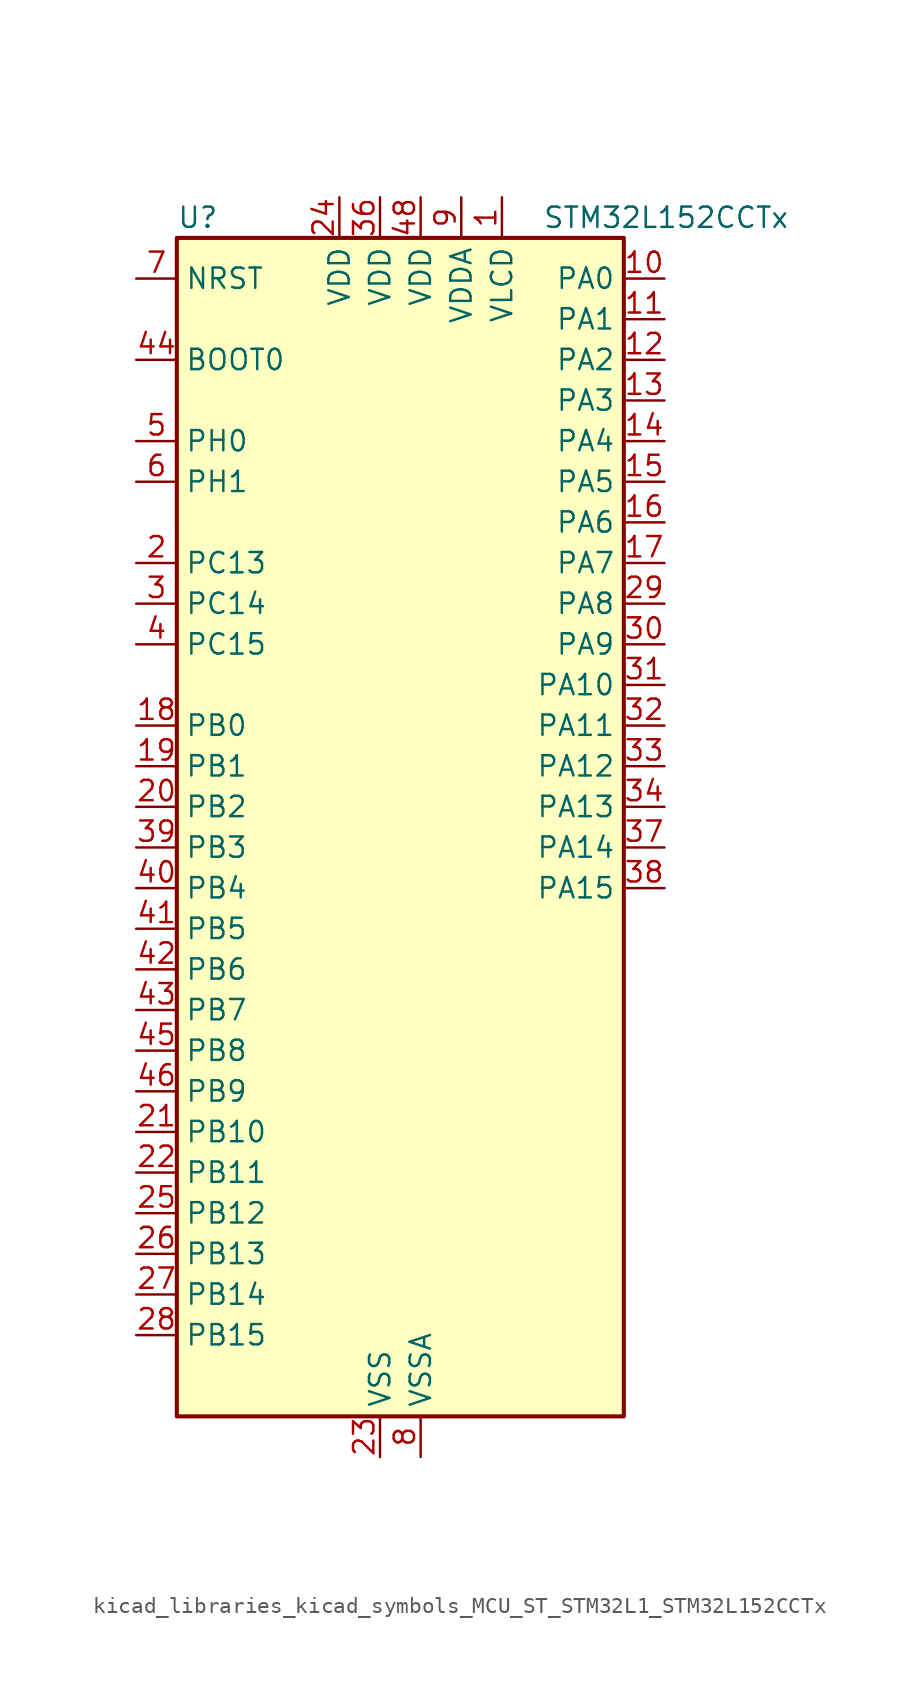
<source format=kicad_sym>
(kicad_symbol_lib
  (version 20220914)
  (generator kicad_symbol_editor)
  (symbol "kicad_libraries_kicad_symbols_MCU_ST_STM32L1_STM32L152CCTx"
    (property "Reference" "U"
      (at -12.7 39.37 0)
      (effects (font (size 1.27 1.27)) (justify left)))
    (property "Value" "STM32L152CCTx"
      (at 10.16 39.37 0)
      (effects (font (size 1.27 1.27)) (justify left)))
    (property "ki_locked" ""
      (at 0 0 0)
      (effects (font (size 1.27 1.27))))
    (symbol "kicad_libraries_kicad_symbols_MCU_ST_STM32L1_STM32L152CCTx_0_1"
      (rectangle (start -12.7 -35.56) (end 15.24 38.1) (stroke (width 0.254) (type default)) (fill (type background))))
    (symbol "kicad_libraries_kicad_symbols_MCU_ST_STM32L1_STM32L152CCTx_1_1"
      (pin power_in line (at 7.62 40.64 270) (length 2.54) (name "VLCD" (effects (font (size 1.27 1.27)))) (number "1" (effects (font (size 1.27 1.27)))))
      (pin bidirectional line (at 17.78 35.56 180) (length 2.54) (name "PA0" (effects (font (size 1.27 1.27)))) (number "10" (effects (font (size 1.27 1.27)))) (alternate "ADC_IN0" bidirectional line) (alternate "COMP1_INP" bidirectional line) (alternate "RTC_TAMP2" bidirectional line) (alternate "SYS_WKUP1" bidirectional line) (alternate "TIM2_CH1" bidirectional line) (alternate "TIM2_ETR" bidirectional line) (alternate "TIM5_CH1" bidirectional line) (alternate "TIMX_IC1" bidirectional line) (alternate "TS_G1_IO1" bidirectional line) (alternate "USART2_CTS" bidirectional line))
      (pin bidirectional line (at 17.78 33.02 180) (length 2.54) (name "PA1" (effects (font (size 1.27 1.27)))) (number "11" (effects (font (size 1.27 1.27)))) (alternate "ADC_IN1" bidirectional line) (alternate "COMP1_INP" bidirectional line) (alternate "LCD_SEG0" bidirectional line) (alternate "OPAMP1_VINP" bidirectional line) (alternate "TIM2_CH2" bidirectional line) (alternate "TIM5_CH2" bidirectional line) (alternate "TIMX_IC2" bidirectional line) (alternate "TS_G1_IO2" bidirectional line) (alternate "USART2_RTS" bidirectional line))
      (pin bidirectional line (at 17.78 30.48 180) (length 2.54) (name "PA2" (effects (font (size 1.27 1.27)))) (number "12" (effects (font (size 1.27 1.27)))) (alternate "ADC_IN2" bidirectional line) (alternate "COMP1_INP" bidirectional line) (alternate "LCD_SEG1" bidirectional line) (alternate "OPAMP1_VINM" bidirectional line) (alternate "TIM2_CH3" bidirectional line) (alternate "TIM5_CH3" bidirectional line) (alternate "TIM9_CH1" bidirectional line) (alternate "TIMX_IC3" bidirectional line) (alternate "TS_G1_IO3" bidirectional line) (alternate "USART2_TX" bidirectional line))
      (pin bidirectional line (at 17.78 27.94 180) (length 2.54) (name "PA3" (effects (font (size 1.27 1.27)))) (number "13" (effects (font (size 1.27 1.27)))) (alternate "ADC_IN3" bidirectional line) (alternate "COMP1_INP" bidirectional line) (alternate "LCD_SEG2" bidirectional line) (alternate "OPAMP1_VOUT" bidirectional line) (alternate "TIM2_CH4" bidirectional line) (alternate "TIM5_CH4" bidirectional line) (alternate "TIM9_CH2" bidirectional line) (alternate "TIMX_IC4" bidirectional line) (alternate "TS_G1_IO4" bidirectional line) (alternate "USART2_RX" bidirectional line))
      (pin bidirectional line (at 17.78 25.4 180) (length 2.54) (name "PA4" (effects (font (size 1.27 1.27)))) (number "14" (effects (font (size 1.27 1.27)))) (alternate "ADC_IN4" bidirectional line) (alternate "COMP1_INP" bidirectional line) (alternate "DAC_OUT1" bidirectional line) (alternate "I2S3_WS" bidirectional line) (alternate "SPI1_NSS" bidirectional line) (alternate "SPI3_NSS" bidirectional line) (alternate "TIMX_IC1" bidirectional line) (alternate "USART2_CK" bidirectional line))
      (pin bidirectional line (at 17.78 22.86 180) (length 2.54) (name "PA5" (effects (font (size 1.27 1.27)))) (number "15" (effects (font (size 1.27 1.27)))) (alternate "ADC_IN5" bidirectional line) (alternate "COMP1_INP" bidirectional line) (alternate "DAC_OUT2" bidirectional line) (alternate "SPI1_SCK" bidirectional line) (alternate "TIM2_CH1" bidirectional line) (alternate "TIM2_ETR" bidirectional line) (alternate "TIMX_IC2" bidirectional line))
      (pin bidirectional line (at 17.78 20.32 180) (length 2.54) (name "PA6" (effects (font (size 1.27 1.27)))) (number "16" (effects (font (size 1.27 1.27)))) (alternate "ADC_IN6" bidirectional line) (alternate "COMP1_INP" bidirectional line) (alternate "LCD_SEG3" bidirectional line) (alternate "OPAMP2_VINP" bidirectional line) (alternate "SPI1_MISO" bidirectional line) (alternate "TIM10_CH1" bidirectional line) (alternate "TIM3_CH1" bidirectional line) (alternate "TIMX_IC3" bidirectional line) (alternate "TS_G2_IO1" bidirectional line))
      (pin bidirectional line (at 17.78 17.78 180) (length 2.54) (name "PA7" (effects (font (size 1.27 1.27)))) (number "17" (effects (font (size 1.27 1.27)))) (alternate "ADC_IN7" bidirectional line) (alternate "COMP1_INP" bidirectional line) (alternate "LCD_SEG4" bidirectional line) (alternate "OPAMP2_VINM" bidirectional line) (alternate "SPI1_MOSI" bidirectional line) (alternate "TIM11_CH1" bidirectional line) (alternate "TIM3_CH2" bidirectional line) (alternate "TIMX_IC4" bidirectional line) (alternate "TS_G2_IO2" bidirectional line))
      (pin bidirectional line (at -15.24 7.62 0) (length 2.54) (name "PB0" (effects (font (size 1.27 1.27)))) (number "18" (effects (font (size 1.27 1.27)))) (alternate "ADC_IN8" bidirectional line) (alternate "COMP1_INP" bidirectional line) (alternate "LCD_SEG5" bidirectional line) (alternate "OPAMP2_VOUT" bidirectional line) (alternate "SYS_V_REF_OUT" bidirectional line) (alternate "TIM3_CH3" bidirectional line) (alternate "TS_G3_IO1" bidirectional line))
      (pin bidirectional line (at -15.24 5.08 0) (length 2.54) (name "PB1" (effects (font (size 1.27 1.27)))) (number "19" (effects (font (size 1.27 1.27)))) (alternate "ADC_IN9" bidirectional line) (alternate "COMP1_INP" bidirectional line) (alternate "LCD_SEG6" bidirectional line) (alternate "SYS_V_REF_OUT" bidirectional line) (alternate "TIM3_CH4" bidirectional line) (alternate "TS_G3_IO2" bidirectional line))
      (pin bidirectional line (at -15.24 17.78 0) (length 2.54) (name "PC13" (effects (font (size 1.27 1.27)))) (number "2" (effects (font (size 1.27 1.27)))) (alternate "RTC_OUT_ALARM" bidirectional line) (alternate "RTC_OUT_CALIB" bidirectional line) (alternate "RTC_TAMP1" bidirectional line) (alternate "RTC_TS" bidirectional line) (alternate "SYS_WKUP2" bidirectional line) (alternate "TIMX_IC2" bidirectional line))
      (pin bidirectional line (at -15.24 2.54 0) (length 2.54) (name "PB2" (effects (font (size 1.27 1.27)))) (number "20" (effects (font (size 1.27 1.27)))) (alternate "TS_G3_IO3" bidirectional line))
      (pin bidirectional line (at -15.24 -17.78 0) (length 2.54) (name "PB10" (effects (font (size 1.27 1.27)))) (number "21" (effects (font (size 1.27 1.27)))) (alternate "I2C2_SCL" bidirectional line) (alternate "LCD_SEG10" bidirectional line) (alternate "TIM2_CH3" bidirectional line) (alternate "USART3_TX" bidirectional line))
      (pin bidirectional line (at -15.24 -20.32 0) (length 2.54) (name "PB11" (effects (font (size 1.27 1.27)))) (number "22" (effects (font (size 1.27 1.27)))) (alternate "ADC_EXTI11" bidirectional line) (alternate "I2C2_SDA" bidirectional line) (alternate "LCD_SEG11" bidirectional line) (alternate "TIM2_CH4" bidirectional line) (alternate "USART3_RX" bidirectional line))
      (pin power_in line (at 0 -38.1 90) (length 2.54) (name "VSS" (effects (font (size 1.27 1.27)))) (number "23" (effects (font (size 1.27 1.27)))))
      (pin power_in line (at -2.54 40.64 270) (length 2.54) (name "VDD" (effects (font (size 1.27 1.27)))) (number "24" (effects (font (size 1.27 1.27)))))
      (pin bidirectional line (at -15.24 -22.86 0) (length 2.54) (name "PB12" (effects (font (size 1.27 1.27)))) (number "25" (effects (font (size 1.27 1.27)))) (alternate "ADC_IN18" bidirectional line) (alternate "COMP1_INP" bidirectional line) (alternate "I2C2_SMBA" bidirectional line) (alternate "I2S2_WS" bidirectional line) (alternate "LCD_SEG12" bidirectional line) (alternate "SPI2_NSS" bidirectional line) (alternate "TIM10_CH1" bidirectional line) (alternate "TS_G7_IO1" bidirectional line) (alternate "USART3_CK" bidirectional line))
      (pin bidirectional line (at -15.24 -25.4 0) (length 2.54) (name "PB13" (effects (font (size 1.27 1.27)))) (number "26" (effects (font (size 1.27 1.27)))) (alternate "ADC_IN19" bidirectional line) (alternate "COMP1_INP" bidirectional line) (alternate "I2S2_CK" bidirectional line) (alternate "LCD_SEG13" bidirectional line) (alternate "SPI2_SCK" bidirectional line) (alternate "TIM9_CH1" bidirectional line) (alternate "TS_G7_IO2" bidirectional line) (alternate "USART3_CTS" bidirectional line))
      (pin bidirectional line (at -15.24 -27.94 0) (length 2.54) (name "PB14" (effects (font (size 1.27 1.27)))) (number "27" (effects (font (size 1.27 1.27)))) (alternate "ADC_IN20" bidirectional line) (alternate "COMP1_INP" bidirectional line) (alternate "LCD_SEG14" bidirectional line) (alternate "SPI2_MISO" bidirectional line) (alternate "TIM9_CH2" bidirectional line) (alternate "TS_G7_IO3" bidirectional line) (alternate "USART3_RTS" bidirectional line))
      (pin bidirectional line (at -15.24 -30.48 0) (length 2.54) (name "PB15" (effects (font (size 1.27 1.27)))) (number "28" (effects (font (size 1.27 1.27)))) (alternate "ADC_EXTI15" bidirectional line) (alternate "ADC_IN21" bidirectional line) (alternate "COMP1_INP" bidirectional line) (alternate "I2S2_SD" bidirectional line) (alternate "LCD_SEG15" bidirectional line) (alternate "RTC_REFIN" bidirectional line) (alternate "SPI2_MOSI" bidirectional line) (alternate "TIM11_CH1" bidirectional line) (alternate "TS_G7_IO4" bidirectional line))
      (pin bidirectional line (at 17.78 15.24 180) (length 2.54) (name "PA8" (effects (font (size 1.27 1.27)))) (number "29" (effects (font (size 1.27 1.27)))) (alternate "LCD_COM0" bidirectional line) (alternate "RCC_MCO" bidirectional line) (alternate "TIMX_IC1" bidirectional line) (alternate "TS_G4_IO1" bidirectional line) (alternate "USART1_CK" bidirectional line))
      (pin bidirectional line (at -15.24 15.24 0) (length 2.54) (name "PC14" (effects (font (size 1.27 1.27)))) (number "3" (effects (font (size 1.27 1.27)))) (alternate "RCC_OSC32_IN" bidirectional line) (alternate "TIMX_IC3" bidirectional line))
      (pin bidirectional line (at 17.78 12.7 180) (length 2.54) (name "PA9" (effects (font (size 1.27 1.27)))) (number "30" (effects (font (size 1.27 1.27)))) (alternate "DAC_EXTI9" bidirectional line) (alternate "LCD_COM1" bidirectional line) (alternate "TIMX_IC2" bidirectional line) (alternate "TS_G4_IO2" bidirectional line) (alternate "USART1_TX" bidirectional line))
      (pin bidirectional line (at 17.78 10.16 180) (length 2.54) (name "PA10" (effects (font (size 1.27 1.27)))) (number "31" (effects (font (size 1.27 1.27)))) (alternate "LCD_COM2" bidirectional line) (alternate "TIMX_IC3" bidirectional line) (alternate "TS_G4_IO3" bidirectional line) (alternate "USART1_RX" bidirectional line))
      (pin bidirectional line (at 17.78 7.62 180) (length 2.54) (name "PA11" (effects (font (size 1.27 1.27)))) (number "32" (effects (font (size 1.27 1.27)))) (alternate "ADC_EXTI11" bidirectional line) (alternate "SPI1_MISO" bidirectional line) (alternate "TIMX_IC4" bidirectional line) (alternate "USART1_CTS" bidirectional line) (alternate "USB_DM" bidirectional line))
      (pin bidirectional line (at 17.78 5.08 180) (length 2.54) (name "PA12" (effects (font (size 1.27 1.27)))) (number "33" (effects (font (size 1.27 1.27)))) (alternate "SPI1_MOSI" bidirectional line) (alternate "TIMX_IC1" bidirectional line) (alternate "USART1_RTS" bidirectional line) (alternate "USB_DP" bidirectional line))
      (pin bidirectional line (at 17.78 2.54 180) (length 2.54) (name "PA13" (effects (font (size 1.27 1.27)))) (number "34" (effects (font (size 1.27 1.27)))) (alternate "SYS_JTMS-SWDIO" bidirectional line) (alternate "TIMX_IC2" bidirectional line) (alternate "TS_G5_IO1" bidirectional line))
      (pin passive line (at 0 -38.1 90) (length 2.54) hide (name "VSS" (effects (font (size 1.27 1.27)))) (number "35" (effects (font (size 1.27 1.27)))))
      (pin power_in line (at 0 40.64 270) (length 2.54) (name "VDD" (effects (font (size 1.27 1.27)))) (number "36" (effects (font (size 1.27 1.27)))))
      (pin bidirectional line (at 17.78 0 180) (length 2.54) (name "PA14" (effects (font (size 1.27 1.27)))) (number "37" (effects (font (size 1.27 1.27)))) (alternate "SYS_JTCK-SWCLK" bidirectional line) (alternate "TIMX_IC3" bidirectional line) (alternate "TS_G5_IO2" bidirectional line))
      (pin bidirectional line (at 17.78 -2.54 180) (length 2.54) (name "PA15" (effects (font (size 1.27 1.27)))) (number "38" (effects (font (size 1.27 1.27)))) (alternate "ADC_EXTI15" bidirectional line) (alternate "I2S3_WS" bidirectional line) (alternate "LCD_SEG17" bidirectional line) (alternate "SPI1_NSS" bidirectional line) (alternate "SPI3_NSS" bidirectional line) (alternate "SYS_JTDI" bidirectional line) (alternate "TIM2_CH1" bidirectional line) (alternate "TIM2_ETR" bidirectional line) (alternate "TIMX_IC4" bidirectional line) (alternate "TS_G5_IO3" bidirectional line))
      (pin bidirectional line (at -15.24 0 0) (length 2.54) (name "PB3" (effects (font (size 1.27 1.27)))) (number "39" (effects (font (size 1.27 1.27)))) (alternate "COMP2_INM" bidirectional line) (alternate "I2S3_CK" bidirectional line) (alternate "LCD_SEG7" bidirectional line) (alternate "SPI1_SCK" bidirectional line) (alternate "SPI3_SCK" bidirectional line) (alternate "SYS_JTDO-TRACESWO" bidirectional line) (alternate "TIM2_CH2" bidirectional line))
      (pin bidirectional line (at -15.24 12.7 0) (length 2.54) (name "PC15" (effects (font (size 1.27 1.27)))) (number "4" (effects (font (size 1.27 1.27)))) (alternate "ADC_EXTI15" bidirectional line) (alternate "RCC_OSC32_OUT" bidirectional line) (alternate "TIMX_IC4" bidirectional line))
      (pin bidirectional line (at -15.24 -2.54 0) (length 2.54) (name "PB4" (effects (font (size 1.27 1.27)))) (number "40" (effects (font (size 1.27 1.27)))) (alternate "COMP2_INP" bidirectional line) (alternate "LCD_SEG8" bidirectional line) (alternate "SPI1_MISO" bidirectional line) (alternate "SPI3_MISO" bidirectional line) (alternate "SYS_JTRST" bidirectional line) (alternate "TIM3_CH1" bidirectional line) (alternate "TS_G6_IO1" bidirectional line))
      (pin bidirectional line (at -15.24 -5.08 0) (length 2.54) (name "PB5" (effects (font (size 1.27 1.27)))) (number "41" (effects (font (size 1.27 1.27)))) (alternate "COMP2_INP" bidirectional line) (alternate "I2C1_SMBA" bidirectional line) (alternate "I2S3_SD" bidirectional line) (alternate "LCD_SEG9" bidirectional line) (alternate "SPI1_MOSI" bidirectional line) (alternate "SPI3_MOSI" bidirectional line) (alternate "TIM3_CH2" bidirectional line) (alternate "TS_G6_IO2" bidirectional line))
      (pin bidirectional line (at -15.24 -7.62 0) (length 2.54) (name "PB6" (effects (font (size 1.27 1.27)))) (number "42" (effects (font (size 1.27 1.27)))) (alternate "COMP2_INP" bidirectional line) (alternate "I2C1_SCL" bidirectional line) (alternate "TIM4_CH1" bidirectional line) (alternate "TS_G6_IO3" bidirectional line) (alternate "USART1_TX" bidirectional line))
      (pin bidirectional line (at -15.24 -10.16 0) (length 2.54) (name "PB7" (effects (font (size 1.27 1.27)))) (number "43" (effects (font (size 1.27 1.27)))) (alternate "COMP2_INP" bidirectional line) (alternate "I2C1_SDA" bidirectional line) (alternate "SYS_PVD_IN" bidirectional line) (alternate "TIM4_CH2" bidirectional line) (alternate "TS_G6_IO4" bidirectional line) (alternate "USART1_RX" bidirectional line))
      (pin input line (at -15.24 30.48 0) (length 2.54) (name "BOOT0" (effects (font (size 1.27 1.27)))) (number "44" (effects (font (size 1.27 1.27)))))
      (pin bidirectional line (at -15.24 -12.7 0) (length 2.54) (name "PB8" (effects (font (size 1.27 1.27)))) (number "45" (effects (font (size 1.27 1.27)))) (alternate "I2C1_SCL" bidirectional line) (alternate "LCD_SEG16" bidirectional line) (alternate "TIM10_CH1" bidirectional line) (alternate "TIM4_CH3" bidirectional line))
      (pin bidirectional line (at -15.24 -15.24 0) (length 2.54) (name "PB9" (effects (font (size 1.27 1.27)))) (number "46" (effects (font (size 1.27 1.27)))) (alternate "DAC_EXTI9" bidirectional line) (alternate "I2C1_SDA" bidirectional line) (alternate "LCD_COM3" bidirectional line) (alternate "TIM11_CH1" bidirectional line) (alternate "TIM4_CH4" bidirectional line))
      (pin passive line (at 0 -38.1 90) (length 2.54) hide (name "VSS" (effects (font (size 1.27 1.27)))) (number "47" (effects (font (size 1.27 1.27)))))
      (pin power_in line (at 2.54 40.64 270) (length 2.54) (name "VDD" (effects (font (size 1.27 1.27)))) (number "48" (effects (font (size 1.27 1.27)))))
      (pin bidirectional line (at -15.24 25.4 0) (length 2.54) (name "PH0" (effects (font (size 1.27 1.27)))) (number "5" (effects (font (size 1.27 1.27)))) (alternate "RCC_OSC_IN" bidirectional line))
      (pin bidirectional line (at -15.24 22.86 0) (length 2.54) (name "PH1" (effects (font (size 1.27 1.27)))) (number "6" (effects (font (size 1.27 1.27)))) (alternate "RCC_OSC_OUT" bidirectional line))
      (pin input line (at -15.24 35.56 0) (length 2.54) (name "NRST" (effects (font (size 1.27 1.27)))) (number "7" (effects (font (size 1.27 1.27)))))
      (pin power_in line (at 2.54 -38.1 90) (length 2.54) (name "VSSA" (effects (font (size 1.27 1.27)))) (number "8" (effects (font (size 1.27 1.27)))))
      (pin power_in line (at 5.08 40.64 270) (length 2.54) (name "VDDA" (effects (font (size 1.27 1.27)))) (number "9" (effects (font (size 1.27 1.27))))))))
</source>
